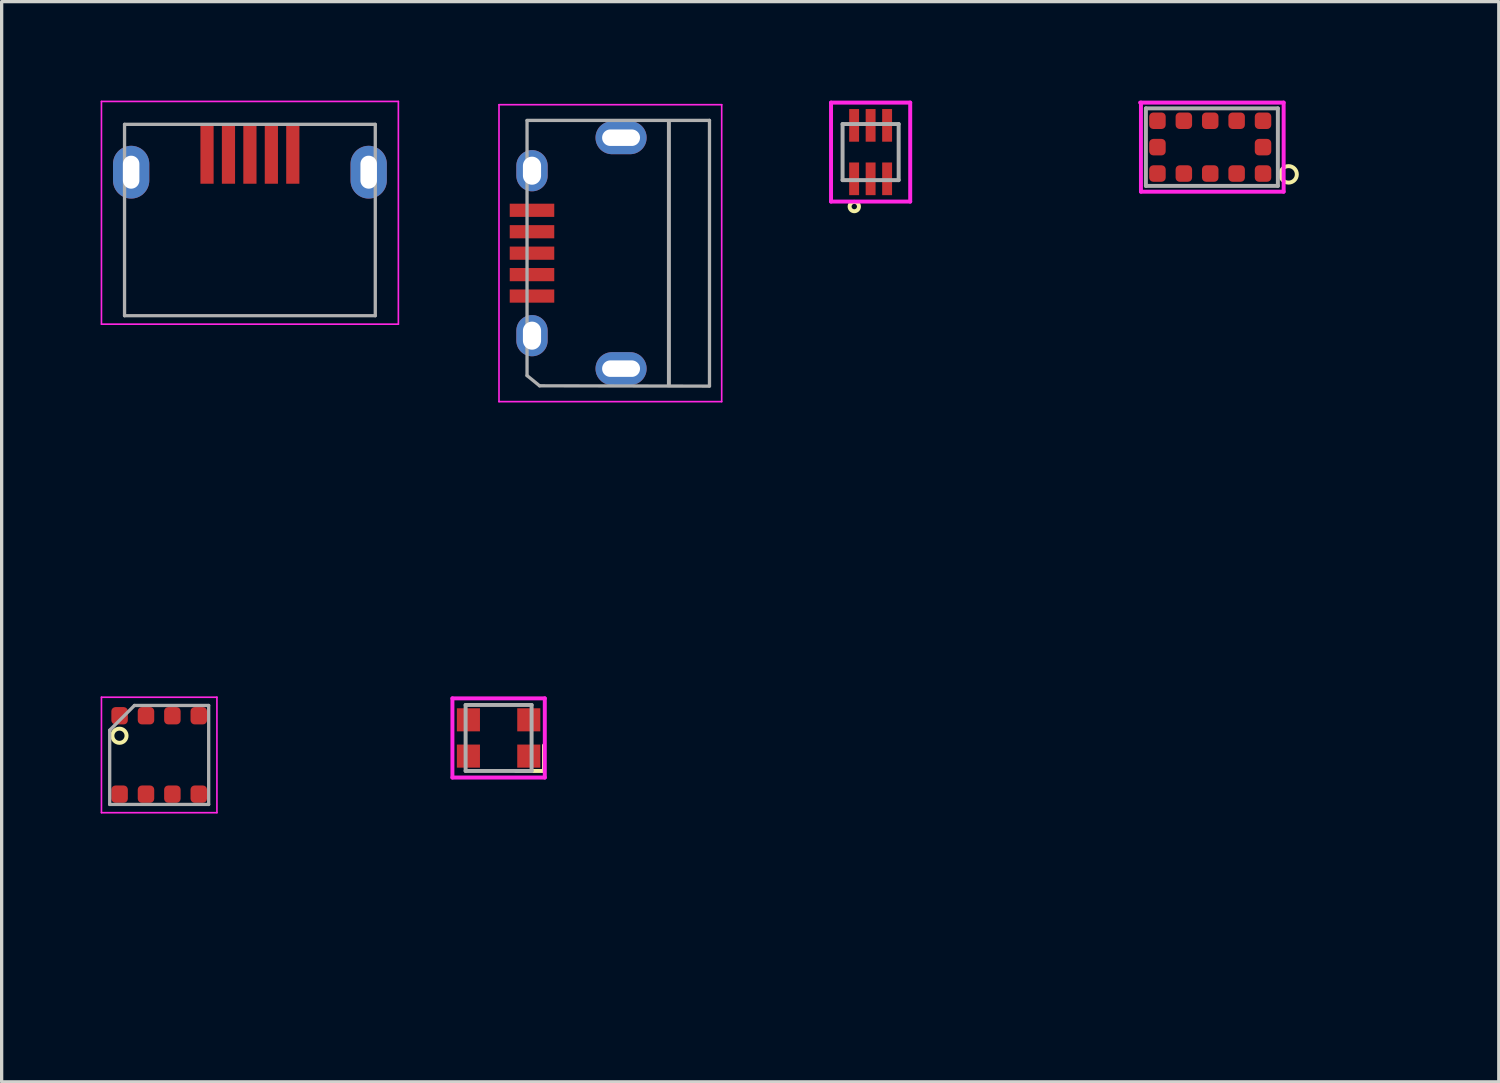
<source format=kicad_pcb>
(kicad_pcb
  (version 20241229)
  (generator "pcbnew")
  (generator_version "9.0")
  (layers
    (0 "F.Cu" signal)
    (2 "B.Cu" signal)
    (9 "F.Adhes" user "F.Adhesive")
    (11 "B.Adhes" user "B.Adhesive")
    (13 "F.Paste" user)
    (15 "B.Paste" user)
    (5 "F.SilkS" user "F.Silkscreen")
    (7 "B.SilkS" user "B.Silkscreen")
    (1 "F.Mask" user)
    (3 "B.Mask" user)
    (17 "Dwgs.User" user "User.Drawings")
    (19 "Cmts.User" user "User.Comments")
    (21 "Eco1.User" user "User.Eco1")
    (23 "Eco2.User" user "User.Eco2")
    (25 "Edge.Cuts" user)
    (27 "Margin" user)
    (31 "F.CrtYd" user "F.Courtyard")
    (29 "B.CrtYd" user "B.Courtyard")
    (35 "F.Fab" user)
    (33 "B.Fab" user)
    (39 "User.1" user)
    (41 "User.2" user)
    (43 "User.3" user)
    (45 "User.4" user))
  (footprint "VOC_BME680"
    (layer "F.Cu")
    (at 1.775 19.833)
    (property "Reference" "VOC_BME680" (at -0.03 0.089 0) (layer "Eco2.User") (effects (font (size 0.3 0.3) (thickness 0.075))))
    (attr smd)
    (fp_circle (center -1.204 -0.582) (end -0.989 -0.582) (stroke (width 0.12) (type solid)) (fill no) (layer "F.SilkS"))
    (fp_line (start -1.75 -1.75) (end -1.75 1.75) (stroke (width 0.05) (type solid)) (layer "F.CrtYd"))
    (fp_line (start -1.75 1.75) (end 1.75 1.75) (stroke (width 0.05) (type solid)) (layer "F.CrtYd"))
    (fp_line (start 1.75 -1.75) (end -1.75 -1.75) (stroke (width 0.05) (type solid)) (layer "F.CrtYd"))
    (fp_line (start 1.75 1.75) (end 1.75 -1.75) (stroke (width 0.05) (type solid)) (layer "F.CrtYd"))
    (fp_line (start -1.5 -0.75) (end -0.75 -1.5) (stroke (width 0.1) (type solid)) (layer "F.Fab"))
    (fp_line (start -1.5 1.5) (end -1.5 -0.75) (stroke (width 0.1) (type solid)) (layer "F.Fab"))
    (fp_line (start -0.75 -1.5) (end 1.5 -1.5) (stroke (width 0.1) (type solid)) (layer "F.Fab"))
    (fp_line (start 1.5 -1.5) (end 1.5 1.5) (stroke (width 0.1) (type solid)) (layer "F.Fab"))
    (fp_line (start 1.5 1.5) (end -1.5 1.5) (stroke (width 0.1) (type solid)) (layer "F.Fab"))
    (pad "1" smd roundrect (at -1.2 -1.188) (size 0.5 0.525) (layers "F.Cu" "F.Mask" "F.Paste") (roundrect_rratio 0.25))
    (pad "2" smd roundrect (at -0.4 -1.188) (size 0.5 0.525) (layers "F.Cu" "F.Mask" "F.Paste") (roundrect_rratio 0.25))
    (pad "3" smd roundrect (at 0.4 -1.188) (size 0.5 0.525) (layers "F.Cu" "F.Mask" "F.Paste") (roundrect_rratio 0.25))
    (pad "4" smd roundrect (at 1.2 -1.188) (size 0.5 0.525) (layers "F.Cu" "F.Mask" "F.Paste") (roundrect_rratio 0.25))
    (pad "5" smd roundrect (at 1.2 1.188) (size 0.5 0.525) (layers "F.Cu" "F.Mask" "F.Paste") (roundrect_rratio 0.25))
    (pad "6" smd roundrect (at 0.4 1.188) (size 0.5 0.525) (layers "F.Cu" "F.Mask" "F.Paste") (roundrect_rratio 0.25))
    (pad "7" smd roundrect (at -0.4 1.188) (size 0.5 0.525) (layers "F.Cu" "F.Mask" "F.Paste") (roundrect_rratio 0.25))
    (pad "8" smd roundrect (at -1.2 1.188) (size 0.5 0.525) (layers "F.Cu" "F.Mask" "F.Paste") (roundrect_rratio 0.25)))
  (footprint "USBLC6-2P6"
    (layer "F.Cu")
    (at 23.339 1.56)
    (property "Reference" "USBLC6-2P6" (at 0.079 0.041 0) (layer "Eco2.User") (effects (font (size 0.3 0.3) (thickness 0.075))))
    (attr smd)
    (fp_circle (center -0.495 1.651) (end -0.432 1.778) (stroke (width 0.12) (type solid)) (fill no) (layer "F.SilkS"))
    (fp_line (start -1.2 -1.5) (end 1.2 -1.5) (stroke (width 0.12) (type solid)) (layer "F.CrtYd"))
    (fp_line (start -1.2 1.5) (end -1.2 -1.5) (stroke (width 0.12) (type solid)) (layer "F.CrtYd"))
    (fp_line (start 1.2 -1.5) (end 1.2 1.5) (stroke (width 0.12) (type solid)) (layer "F.CrtYd"))
    (fp_line (start 1.2 1.5) (end -1.2 1.5) (stroke (width 0.12) (type solid)) (layer "F.CrtYd"))
    (fp_line (start -0.85 -0.85) (end 0.85 -0.85) (stroke (width 0.12) (type solid)) (layer "F.Fab"))
    (fp_line (start -0.85 0.85) (end -0.85 -0.85) (stroke (width 0.12) (type solid)) (layer "F.Fab"))
    (fp_line (start 0.85 -0.85) (end 0.85 0.85) (stroke (width 0.12) (type solid)) (layer "F.Fab"))
    (fp_line (start 0.85 0.85) (end -0.85 0.85) (stroke (width 0.12) (type solid)) (layer "F.Fab"))
    (pad "1" smd rect (at -0.5 0.81) (size 0.3 0.99) (layers "F.Cu" "F.Mask" "F.Paste"))
    (pad "2" smd rect (at 0 0.81) (size 0.3 0.99) (layers "F.Cu" "F.Mask" "F.Paste"))
    (pad "3" smd rect (at 0.5 0.81) (size 0.3 0.99) (layers "F.Cu" "F.Mask" "F.Paste"))
    (pad "4" smd rect (at 0.5 -0.81) (size 0.3 0.99) (layers "F.Cu" "F.Mask" "F.Paste"))
    (pad "5" smd rect (at 0 -0.81) (size 0.3 0.99) (layers "F.Cu" "F.Mask" "F.Paste"))
    (pad "6" smd rect (at -0.5 -0.81) (size 0.3 0.99) (layers "F.Cu" "F.Mask" "F.Paste")))
  (footprint "WS2812B_2020"
    (layer "F.Cu")
    (at 12.063 19.318)
    (property "Reference" "WS2812B_2020" (at 0.35 6.575 0) (layer "Eco2.User") (effects (font (size 1 1) (thickness 0.15))))
    (attr smd)
    (fp_line (start 0.525 1) (end 1.375 1) (stroke (width 0.12) (type solid)) (layer "F.SilkS"))
    (fp_line (start 1.375 1) (end 1.375 0.225) (stroke (width 0.12) (type solid)) (layer "F.SilkS"))
    (fp_line (start -1.4 -1.2) (end 1.4 -1.2) (stroke (width 0.12) (type solid)) (layer "F.CrtYd"))
    (fp_line (start -1.4 1.2) (end -1.4 -1.2) (stroke (width 0.12) (type solid)) (layer "F.CrtYd"))
    (fp_line (start 1.4 -1.2) (end 1.4 1.2) (stroke (width 0.12) (type solid)) (layer "F.CrtYd"))
    (fp_line (start 1.4 1.2) (end -1.4 1.2) (stroke (width 0.12) (type solid)) (layer "F.CrtYd"))
    (fp_line (start -1 -1) (end 1 -1) (stroke (width 0.12) (type solid)) (layer "F.Fab"))
    (fp_line (start -1 1) (end -1 -1) (stroke (width 0.12) (type solid)) (layer "F.Fab"))
    (fp_line (start 1 -1) (end 1 1) (stroke (width 0.12) (type solid)) (layer "F.Fab"))
    (fp_line (start 1 1) (end -1 1) (stroke (width 0.12) (type solid)) (layer "F.Fab"))
    (pad "1" smd trapezoid (at 0.915 0.55) (size 0.7 0.7) (layers "F.Cu" "F.Mask" "F.Paste"))
    (pad "2" smd trapezoid (at 0.915 -0.55) (size 0.7 0.7) (layers "F.Cu" "F.Mask" "F.Paste"))
    (pad "3" smd trapezoid (at -0.915 -0.55) (size 0.7 0.7) (layers "F.Cu" "F.Mask" "F.Paste"))
    (pad "4" smd trapezoid (at -0.915 0.55) (size 0.7 0.7) (layers "F.Cu" "F.Mask" "F.Paste")))
  (footprint "USB_Micro_B_Female_10118194-0001LF"
    (layer "F.Cu")
    (at 15.675 4.624)
    (property "Reference" "USB_Micro_B_Female_10118194-0001LF" (at -0.294 0.066 90) (layer "Eco2.User") (effects (font (size 0.3 0.3) (thickness 0.075))))
    (attr smd)
    (fp_line (start -3.6 4.5) (end -3.6 -4.5) (stroke (width 0.05) (type solid)) (layer "F.CrtYd"))
    (fp_line (start 3.15 -4.5) (end -3.6 -4.5) (stroke (width 0.05) (type solid)) (layer "F.CrtYd"))
    (fp_line (start 3.15 4.5) (end -3.6 4.5) (stroke (width 0.05) (type solid)) (layer "F.CrtYd"))
    (fp_line (start 3.15 4.5) (end 3.15 -4.5) (stroke (width 0.05) (type solid)) (layer "F.CrtYd"))
    (fp_line (start -2.75 -4.02) (end -2.75 3.71) (stroke (width 0.1) (type solid)) (layer "F.Fab"))
    (fp_line (start -2.37 4.02) (end -2.75 3.71) (stroke (width 0.1) (type solid)) (layer "F.Fab"))
    (fp_line (start 1.55 -4) (end 1.55 4) (stroke (width 0.12) (type solid)) (layer "F.Fab"))
    (fp_line (start 2.78 -4.025) (end -2.75 -4.025) (stroke (width 0.1) (type solid)) (layer "F.Fab"))
    (fp_line (start 2.78 4.025) (end 2.78 -4.025) (stroke (width 0.1) (type solid)) (layer "F.Fab"))
    (fp_line (start 2.78 4.03) (end -2.37 4.02) (stroke (width 0.1) (type solid)) (layer "F.Fab"))
    (pad "1" smd rect (at -2.6 1.3 90) (size 0.4 1.35) (layers "F.Cu" "F.Mask" "F.Paste"))
    (pad "2" smd rect (at -2.6 0.65 90) (size 0.4 1.35) (layers "F.Cu" "F.Mask" "F.Paste"))
    (pad "3" smd rect (at -2.6 0 90) (size 0.4 1.35) (layers "F.Cu" "F.Mask" "F.Paste"))
    (pad "4" smd rect (at -2.6 -0.65 90) (size 0.4 1.35) (layers "F.Cu" "F.Mask" "F.Paste"))
    (pad "5" smd rect (at -2.6 -1.3 90) (size 0.4 1.35) (layers "F.Cu" "F.Mask" "F.Paste"))
    (pad "6" thru_hole oval (at -2.6 -2.5 90) (size 1.25 0.95) (drill oval 0.85 0.55) (layers "*.Cu" "*.Mask"))
    (pad "6" thru_hole oval (at -2.6 2.5 90) (size 1.25 0.95) (drill oval 0.85 0.55) (layers "*.Cu" "*.Mask"))
    (pad "6" thru_hole oval (at 0.1 -3.5 90) (size 1 1.55) (drill oval 0.5 1.15) (layers "*.Cu" "*.Mask"))
    (pad "6" thru_hole oval (at 0.1 3.5 90) (size 1 1.55) (drill oval 0.5 1.15) (layers "*.Cu" "*.Mask")))
  (footprint "USB_Micro_B_Female"
    (layer "F.Cu")
    (at 4.525 3.619)
    (property "Reference" "USB_Micro_B_Female" (at -0.066 -0.3 180) (layer "Eco2.User") (effects (font (size 0.3 0.3) (thickness 0.075))))
    (attr smd)
    (fp_line (start -4.5 -3.594) (end 4.5 -3.594) (stroke (width 0.05) (type solid)) (layer "F.CrtYd"))
    (fp_line (start -4.5 3.156) (end -4.5 -3.594) (stroke (width 0.05) (type solid)) (layer "F.CrtYd"))
    (fp_line (start -4.5 3.156) (end 4.5 3.156) (stroke (width 0.05) (type solid)) (layer "F.CrtYd"))
    (fp_line (start 4.5 3.156) (end 4.5 -3.594) (stroke (width 0.05) (type solid)) (layer "F.CrtYd"))
    (fp_line (start -3.8 2.9) (end -3.8 -2.9) (stroke (width 0.1) (type solid)) (layer "F.Fab"))
    (fp_line (start -3.8 2.9) (end 3.8 2.9) (stroke (width 0.1) (type solid)) (layer "F.Fab"))
    (fp_line (start 3.8 -2.9) (end -3.8 -2.9) (stroke (width 0.1) (type solid)) (layer "F.Fab"))
    (fp_line (start 3.8 2.9) (end 3.8 -2.9) (stroke (width 0.1) (type solid)) (layer "F.Fab"))
    (pad "1" smd rect (at -1.3 -2) (size 0.4 1.8) (layers "F.Cu" "F.Mask" "F.Paste"))
    (pad "2" smd rect (at -0.65 -2) (size 0.4 1.8) (layers "F.Cu" "F.Mask" "F.Paste"))
    (pad "3" smd rect (at 0 -2) (size 0.4 1.8) (layers "F.Cu" "F.Mask" "F.Paste"))
    (pad "4" smd rect (at 0.65 -2) (size 0.4 1.8) (layers "F.Cu" "F.Mask" "F.Paste"))
    (pad "5" smd rect (at 1.3 -2) (size 0.4 1.8) (layers "F.Cu" "F.Mask" "F.Paste"))
    (pad "6" thru_hole oval (at -3.6 -1.45) (size 1.1 1.6) (drill oval 0.5 1) (layers "*.Cu" "*.Mask"))
    (pad "6" thru_hole oval (at 3.6 -1.45) (size 1.1 1.6) (drill oval 0.5 1) (layers "*.Cu" "*.Mask")))
  (footprint "VL53L3CXV0DH"
    (layer "F.Cu")
    (at 33.633 1.41)
    (property "Reference" "VL53L3CXV0DH" (at 0.05 12.8 0) (layer "Eco1.User") (effects (font (size 1 1) (thickness 0.15))))
    (attr through_hole)
    (fp_circle (center 2.375 0.825) (end 2.375 1.075) (stroke (width 0.12) (type solid)) (fill no) (layer "F.SilkS"))
    (fp_line (start -2.125 -1.35) (end 2.225 -1.35) (stroke (width 0.12) (type solid)) (layer "F.CrtYd"))
    (fp_line (start -2.1 1.35) (end -2.1 -1.35) (stroke (width 0.12) (type solid)) (layer "F.CrtYd"))
    (fp_line (start 2.225 -1.35) (end 2.225 1.35) (stroke (width 0.12) (type solid)) (layer "F.CrtYd"))
    (fp_line (start 2.225 1.35) (end -2.1 1.35) (stroke (width 0.12) (type solid)) (layer "F.CrtYd"))
    (fp_line (start -1.95 -1.175) (end 2.05 -1.175) (stroke (width 0.12) (type solid)) (layer "F.Fab"))
    (fp_line (start -1.95 1.175) (end -1.95 -1.175) (stroke (width 0.12) (type solid)) (layer "F.Fab"))
    (fp_line (start 2.05 -1.175) (end 2.05 1.175) (stroke (width 0.12) (type solid)) (layer "F.Fab"))
    (fp_line (start 2.05 1.175) (end -1.95 1.175) (stroke (width 0.12) (type solid)) (layer "F.Fab"))
    (pad "1" smd roundrect (at 1.6 0.8) (size 0.5 0.5) (layers "F.Cu" "F.Mask" "F.Paste") (roundrect_rratio 0.25))
    (pad "2" smd roundrect (at 0.8 0.8) (size 0.5 0.5) (layers "F.Cu" "F.Mask" "F.Paste") (roundrect_rratio 0.25))
    (pad "3" smd roundrect (at 0 0.8) (size 0.5 0.5) (layers "F.Cu" "F.Mask" "F.Paste") (roundrect_rratio 0.25))
    (pad "4" smd roundrect (at -0.8 0.8) (size 0.5 0.5) (layers "F.Cu" "F.Mask" "F.Paste") (roundrect_rratio 0.25))
    (pad "5" smd roundrect (at -1.6 0.8) (size 0.5 0.5) (layers "F.Cu" "F.Mask" "F.Paste") (roundrect_rratio 0.25))
    (pad "6" smd roundrect (at -1.6 0) (size 0.5 0.5) (layers "F.Cu" "F.Mask" "F.Paste") (roundrect_rratio 0.25))
    (pad "7" smd roundrect (at -1.6 -0.8) (size 0.5 0.5) (layers "F.Cu" "F.Mask" "F.Paste") (roundrect_rratio 0.25))
    (pad "8" smd roundrect (at -0.8 -0.8) (size 0.5 0.5) (layers "F.Cu" "F.Mask" "F.Paste") (roundrect_rratio 0.25))
    (pad "9" smd roundrect (at 0 -0.8) (size 0.5 0.5) (layers "F.Cu" "F.Mask" "F.Paste") (roundrect_rratio 0.25))
    (pad "10" smd roundrect (at 0.8 -0.8) (size 0.5 0.5) (layers "F.Cu" "F.Mask" "F.Paste") (roundrect_rratio 0.25))
    (pad "11" smd roundrect (at 1.6 -0.8) (size 0.5 0.5) (layers "F.Cu" "F.Mask" "F.Paste") (roundrect_rratio 0.25))
    (pad "12" smd roundrect (at 1.6 0) (size 0.5 0.5) (layers "F.Cu" "F.Mask" "F.Paste") (roundrect_rratio 0.25)))
  (gr_rect
    (start -3 -3)
    (end 42.379 29.741)
    (stroke (width 0.1) (type default))
    (fill no)
    (layer "Edge.Cuts")))
</source>
